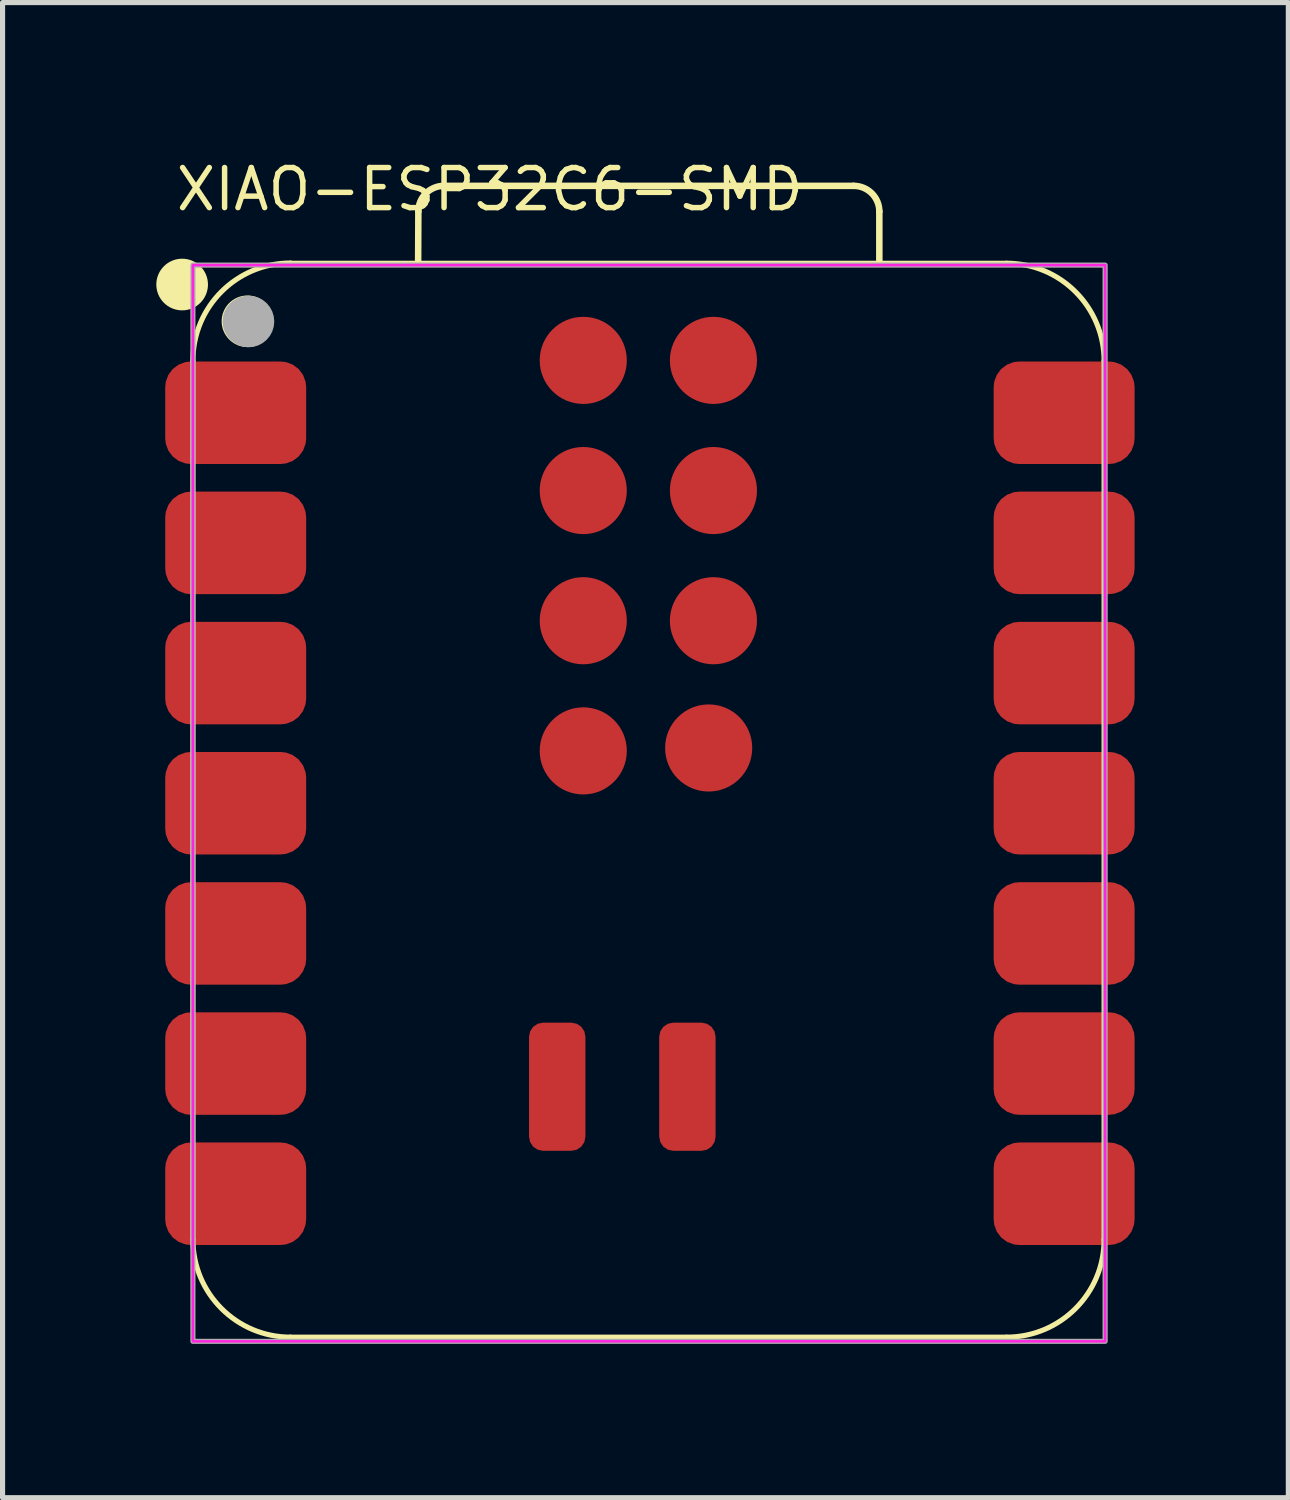
<source format=kicad_pcb>
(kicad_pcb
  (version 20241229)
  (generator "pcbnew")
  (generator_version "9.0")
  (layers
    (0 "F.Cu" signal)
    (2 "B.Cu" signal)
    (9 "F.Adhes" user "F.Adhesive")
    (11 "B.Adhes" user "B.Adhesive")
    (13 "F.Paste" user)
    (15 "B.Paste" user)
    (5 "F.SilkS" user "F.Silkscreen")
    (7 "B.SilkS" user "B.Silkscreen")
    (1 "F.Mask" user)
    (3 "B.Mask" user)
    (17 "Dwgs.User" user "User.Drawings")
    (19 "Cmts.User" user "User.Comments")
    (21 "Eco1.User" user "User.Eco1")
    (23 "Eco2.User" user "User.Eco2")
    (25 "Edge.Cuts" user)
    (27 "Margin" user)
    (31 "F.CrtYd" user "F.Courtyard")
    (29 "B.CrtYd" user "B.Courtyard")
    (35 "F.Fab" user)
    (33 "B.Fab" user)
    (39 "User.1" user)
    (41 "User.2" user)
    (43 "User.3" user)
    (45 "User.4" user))
  (footprint "XIAO-ESP32C6-SMD"
    (layer "F.Cu")
    (at 9.831 12.602)
    (property "Reference" "XIAO-ESP32C6-SMD" (at -9.5 -11.5 0) (layer "F.SilkS") (effects (font (size 0.782 0.782) (thickness 0.107)) (justify left bottom)))
    (fp_line (start -9.117 8.534) (end -9.117 -8.611) (stroke (width 0.1) (type solid)) (layer "F.SilkS"))
    (fp_line (start -7.212 10.44) (end 6.758 10.44) (stroke (width 0.1) (type solid)) (layer "F.SilkS"))
    (fp_line (start -4.722 -10.515) (end -4.718 -11.526) (stroke (width 0.127) (type solid)) (layer "F.SilkS"))
    (fp_line (start -4.218 -12.025) (end 3.777 -12.025) (stroke (width 0.127) (type solid)) (layer "F.SilkS"))
    (fp_line (start 4.277 -11.525) (end 4.277 -10.515) (stroke (width 0.127) (type solid)) (layer "F.SilkS"))
    (fp_line (start 6.758 -10.515) (end -7.212 -10.515) (stroke (width 0.1) (type solid)) (layer "F.SilkS"))
    (fp_line (start 8.663 8.534) (end 8.663 -8.611) (stroke (width 0.1) (type solid)) (layer "F.SilkS"))
    (fp_arc (start -9.1166 -8.6145) (mid -8.558638 -9.961538) (end -7.2116 -10.5195) (stroke (width 0.1) (type solid)) (layer "F.SilkS"))
    (fp_arc (start -7.2116 10.4395) (mid -8.558638 9.881538) (end -9.1166 8.5345) (stroke (width 0.1) (type solid)) (layer "F.SilkS"))
    (fp_arc (start -4.717872 -11.525772) (mid -4.571324 -11.879144) (end -4.217872 -12.0255) (stroke (width 0.127) (type default)) (layer "F.SilkS"))
    (fp_arc (start 3.7774 -12.0255) (mid 4.130953 -11.879053) (end 4.2774 -11.5255) (stroke (width 0.127) (type default)) (layer "F.SilkS"))
    (fp_arc (start 6.7584 -10.5155) (mid 8.105438 -9.957538) (end 8.6634 -8.6105) (stroke (width 0.1) (type solid)) (layer "F.SilkS"))
    (fp_arc (start 8.6634 8.5345) (mid 8.105438 9.881538) (end 6.7584 10.4395) (stroke (width 0.1) (type solid)) (layer "F.SilkS"))
    (fp_circle (center -9.327 -10.1) (end -9.327 -10.354) (stroke (width 0.5) (type solid)) (fill yes) (layer "F.SilkS"))
    (fp_circle (center -8.053 -9.383) (end -8.053 -9.636) (stroke (width 0.5) (type solid)) (fill yes) (layer "F.SilkS"))
    (fp_rect (start 8.683 10.521) (end -9.117 -10.479) (stroke (width 0.05) (type default)) (fill no) (layer "F.CrtYd"))
    (fp_rect (start -9.117 -10.479) (end 8.683 10.521) (stroke (width 0.1) (type default)) (fill no) (layer "F.Fab"))
    (fp_circle (center -8.033 -9.379) (end -8.033 -9.633) (stroke (width 0.5) (type solid)) (fill no) (layer "F.Fab"))
    (pad "1" smd roundrect (at -8.282 -7.598) (size 2.75 2) (layers "F.Cu" "F.Mask" "F.Paste") (roundrect_rratio 0.25))
    (pad "2" smd roundrect (at -8.282 -5.059) (size 2.75 2) (layers "F.Cu" "F.Mask" "F.Paste") (roundrect_rratio 0.25))
    (pad "3" smd roundrect (at -8.282 -2.518) (size 2.75 2) (layers "F.Cu" "F.Mask" "F.Paste") (roundrect_rratio 0.25))
    (pad "4" smd roundrect (at -8.282 0.021) (size 2.75 2) (layers "F.Cu" "F.Mask" "F.Paste") (roundrect_rratio 0.25))
    (pad "5" smd roundrect (at -8.282 2.562) (size 2.75 2) (layers "F.Cu" "F.Mask" "F.Paste") (roundrect_rratio 0.25))
    (pad "6" smd roundrect (at -8.282 5.101) (size 2.75 2) (layers "F.Cu" "F.Mask" "F.Paste") (roundrect_rratio 0.25))
    (pad "7" smd roundrect (at -8.282 7.641) (size 2.75 2) (layers "F.Cu" "F.Mask" "F.Paste") (roundrect_rratio 0.25))
    (pad "8" smd roundrect (at 7.883 7.641) (size 2.75 2) (layers "F.Cu" "F.Mask" "F.Paste") (roundrect_rratio 0.25))
    (pad "9" smd roundrect (at 7.883 5.101) (size 2.75 2) (layers "F.Cu" "F.Mask" "F.Paste") (roundrect_rratio 0.25))
    (pad "10" smd roundrect (at 7.883 2.562) (size 2.75 2) (layers "F.Cu" "F.Mask" "F.Paste") (roundrect_rratio 0.25))
    (pad "11" smd roundrect (at 7.883 0.021) (size 2.75 2) (layers "F.Cu" "F.Mask" "F.Paste") (roundrect_rratio 0.25))
    (pad "12" smd roundrect (at 7.883 -2.518) (size 2.75 2) (layers "F.Cu" "F.Mask" "F.Paste") (roundrect_rratio 0.25))
    (pad "13" smd roundrect (at 7.883 -5.059) (size 2.75 2) (layers "F.Cu" "F.Mask" "F.Paste") (roundrect_rratio 0.25))
    (pad "14" smd roundrect (at 7.883 -7.598) (size 2.75 2) (layers "F.Cu" "F.Mask" "F.Paste") (roundrect_rratio 0.25))
    (pad "15" smd roundrect (at -2.008 5.553 270) (size 2.5 1.1) (layers "F.Cu" "F.Mask" "F.Paste") (roundrect_rratio 0.25))
    (pad "16" smd roundrect (at 0.532 5.553 270) (size 2.5 1.1) (layers "F.Cu" "F.Mask" "F.Paste") (roundrect_rratio 0.25))
    (pad "17" smd circle (at -1.5 -8.62) (size 1.7 1.7) (layers "F.Cu" "F.Mask" "F.Paste"))
    (pad "18" smd circle (at 1.04 -8.62) (size 1.7 1.7) (layers "F.Cu" "F.Mask" "F.Paste"))
    (pad "19" smd circle (at -1.5 -6.08) (size 1.7 1.7) (layers "F.Cu" "F.Mask" "F.Paste"))
    (pad "20" smd circle (at 1.04 -6.08) (size 1.7 1.7) (layers "F.Cu" "F.Mask" "F.Paste"))
    (pad "21" smd circle (at -1.5 -3.54) (size 1.7 1.7) (layers "F.Cu" "F.Mask" "F.Paste"))
    (pad "22" smd circle (at 1.04 -3.54) (size 1.7 1.7) (layers "F.Cu" "F.Mask" "F.Paste"))
    (pad "23" smd circle (at -1.5 -1) (size 1.7 1.7) (layers "F.Cu" "F.Mask" "F.Paste"))
    (pad "24" smd circle (at 0.947 -1.057) (size 1.7 1.7) (layers "F.Cu" "F.Mask" "F.Paste")))
  (gr_rect
    (start -3 -3)
    (end 22.089 26.174)
    (stroke (width 0.1) (type default))
    (fill no)
    (layer "Edge.Cuts")))
</source>
